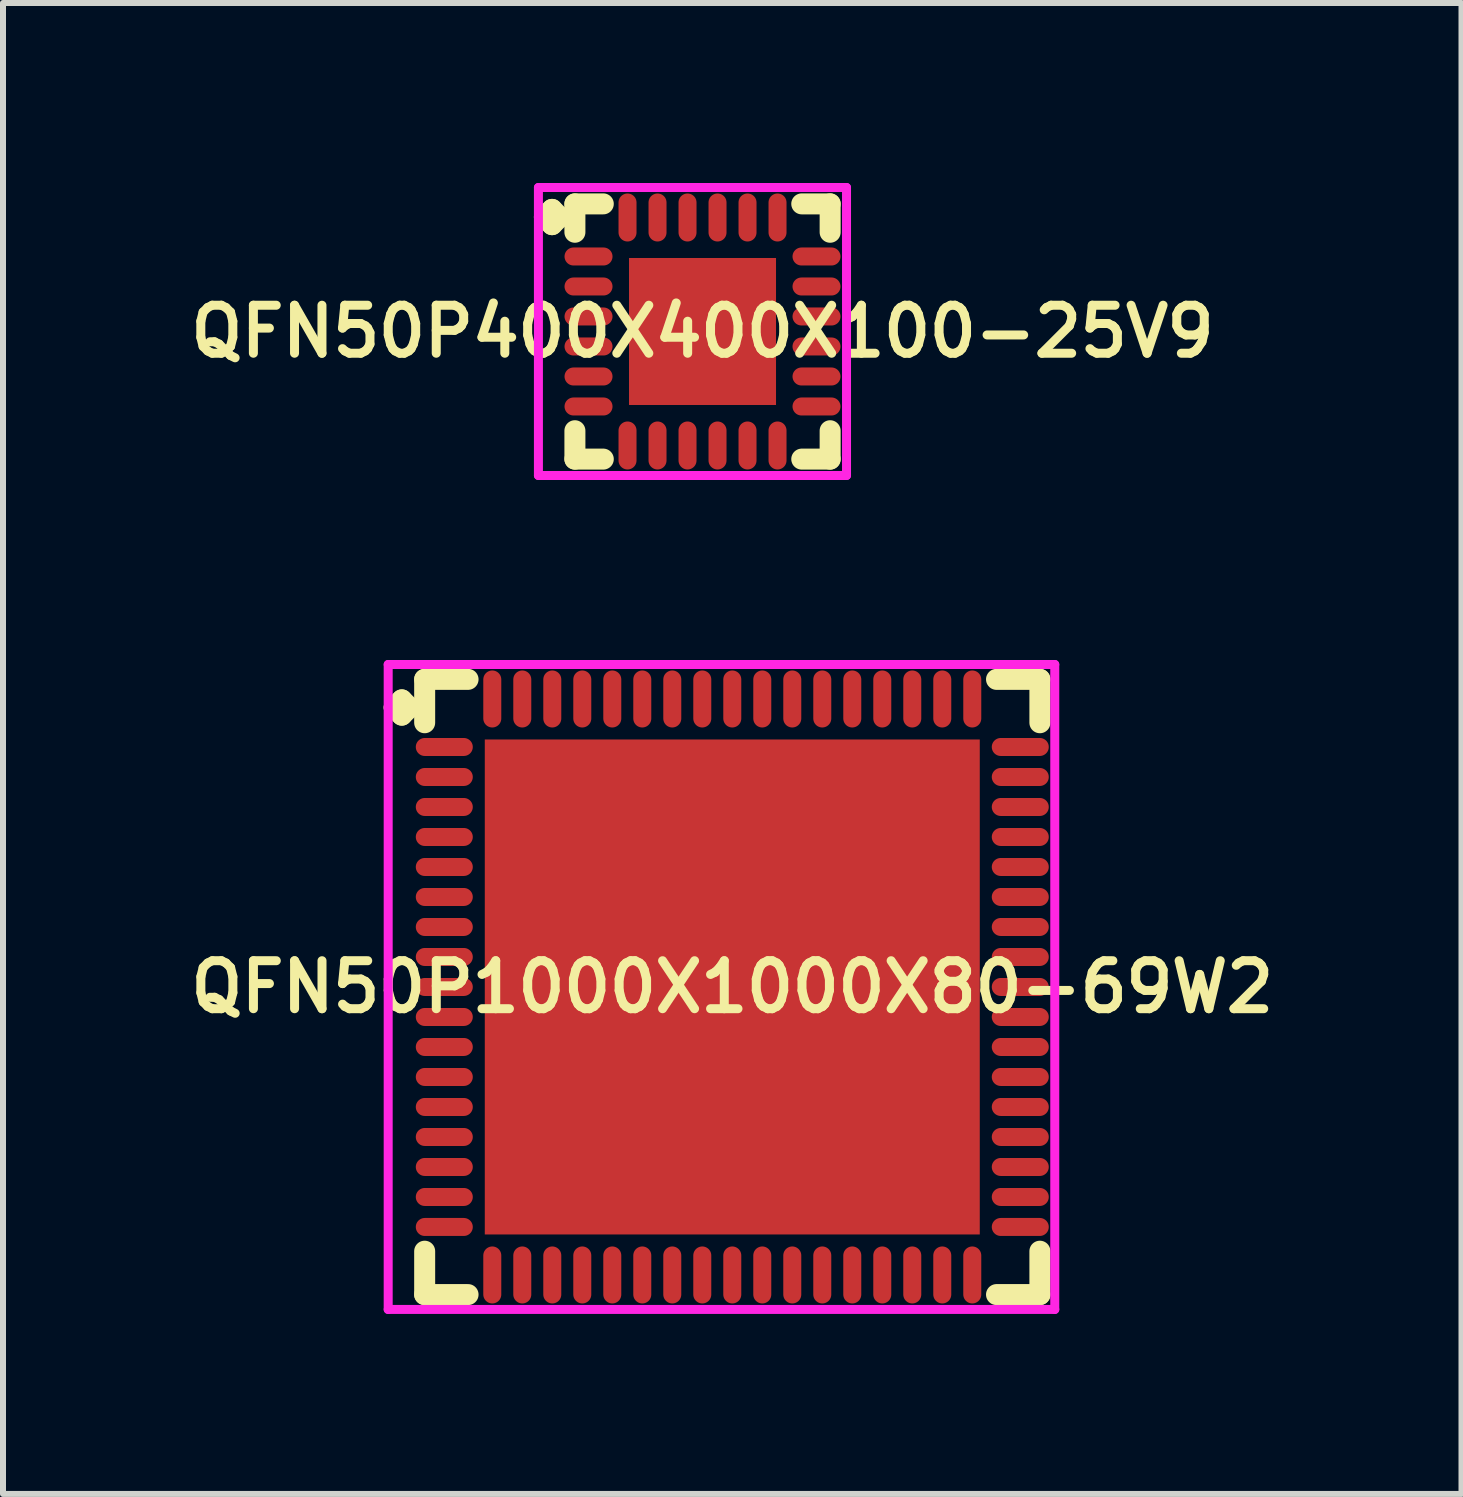
<source format=kicad_pcb>
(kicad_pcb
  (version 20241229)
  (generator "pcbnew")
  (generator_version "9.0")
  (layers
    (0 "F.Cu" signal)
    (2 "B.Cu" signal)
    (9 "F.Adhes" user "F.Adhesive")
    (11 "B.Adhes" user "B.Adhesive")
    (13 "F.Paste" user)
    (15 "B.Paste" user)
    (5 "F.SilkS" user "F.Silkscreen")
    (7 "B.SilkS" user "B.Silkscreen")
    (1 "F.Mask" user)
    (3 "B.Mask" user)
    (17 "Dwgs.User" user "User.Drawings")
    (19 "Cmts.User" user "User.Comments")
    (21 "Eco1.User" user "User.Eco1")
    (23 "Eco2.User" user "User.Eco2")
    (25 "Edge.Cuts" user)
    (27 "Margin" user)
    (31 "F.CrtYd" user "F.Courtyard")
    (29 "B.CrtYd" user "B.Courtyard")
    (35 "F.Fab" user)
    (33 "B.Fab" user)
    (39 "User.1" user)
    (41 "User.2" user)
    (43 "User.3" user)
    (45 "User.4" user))
  (footprint "QFN50P1000X1000X80-69W2"
    (layer "F.Cu")
    (at 9.155 13.4)
    (property "Reference" "QFN50P1000X1000X80-69W2" (at 0 0 0) (layer "F.SilkS") (effects (font (size 0.8 0.8) (thickness 0.15))))
    (attr through_hole)
    (fp_line (start -5.635 -4.658) (end -5.508 -4.785) (stroke (width 0.35) (type solid)) (layer "F.SilkS"))
    (fp_line (start -5.508 -4.785) (end -5.381 -4.658) (stroke (width 0.35) (type solid)) (layer "F.SilkS"))
    (fp_line (start -5.508 -4.531) (end -5.635 -4.658) (stroke (width 0.35) (type solid)) (layer "F.SilkS"))
    (fp_line (start -5.381 -4.658) (end -5.508 -4.531) (stroke (width 0.35) (type solid)) (layer "F.SilkS"))
    (fp_line (start -5.127 -5.127) (end -4.404 -5.127) (stroke (width 0.35) (type solid)) (layer "F.SilkS"))
    (fp_line (start -5.127 -4.404) (end -5.127 -5.127) (stroke (width 0.35) (type solid)) (layer "F.SilkS"))
    (fp_line (start -5.127 4.404) (end -5.127 5.127) (stroke (width 0.35) (type solid)) (layer "F.SilkS"))
    (fp_line (start -5.127 5.127) (end -4.404 5.127) (stroke (width 0.35) (type solid)) (layer "F.SilkS"))
    (fp_line (start 4.404 -5.127) (end 5.127 -5.127) (stroke (width 0.35) (type solid)) (layer "F.SilkS"))
    (fp_line (start 4.404 5.127) (end 5.127 5.127) (stroke (width 0.35) (type solid)) (layer "F.SilkS"))
    (fp_line (start 5.127 -5.127) (end 5.127 -4.404) (stroke (width 0.35) (type solid)) (layer "F.SilkS"))
    (fp_line (start 5.127 5.127) (end 5.127 4.404) (stroke (width 0.35) (type solid)) (layer "F.SilkS"))
    (fp_line (start -5.735 -5.375) (end 5.375 -5.375) (stroke (width 0.15) (type solid)) (layer "F.CrtYd"))
    (fp_line (start -5.735 5.375) (end -5.735 -5.375) (stroke (width 0.15) (type solid)) (layer "F.CrtYd"))
    (fp_line (start 5.375 -5.375) (end 5.375 5.375) (stroke (width 0.15) (type solid)) (layer "F.CrtYd"))
    (fp_line (start 5.375 5.375) (end -5.735 5.375) (stroke (width 0.15) (type solid)) (layer "F.CrtYd"))
    (pad "1" smd oval (at -4.8 -4) (size 0.95 0.3) (layers "F.Cu" "F.Mask" "F.Paste"))
    (pad "2" smd oval (at -4.8 -3.5) (size 0.95 0.3) (layers "F.Cu" "F.Mask" "F.Paste"))
    (pad "3" smd oval (at -4.8 -3) (size 0.95 0.3) (layers "F.Cu" "F.Mask" "F.Paste"))
    (pad "4" smd oval (at -4.8 -2.5) (size 0.95 0.3) (layers "F.Cu" "F.Mask" "F.Paste"))
    (pad "5" smd oval (at -4.8 -2) (size 0.95 0.3) (layers "F.Cu" "F.Mask" "F.Paste"))
    (pad "6" smd oval (at -4.8 -1.5) (size 0.95 0.3) (layers "F.Cu" "F.Mask" "F.Paste"))
    (pad "7" smd oval (at -4.8 -1) (size 0.95 0.3) (layers "F.Cu" "F.Mask" "F.Paste"))
    (pad "8" smd oval (at -4.8 -0.5) (size 0.95 0.3) (layers "F.Cu" "F.Mask" "F.Paste"))
    (pad "9" smd oval (at -4.8 0) (size 0.95 0.3) (layers "F.Cu" "F.Mask" "F.Paste"))
    (pad "10" smd oval (at -4.8 0.5) (size 0.95 0.3) (layers "F.Cu" "F.Mask" "F.Paste"))
    (pad "11" smd oval (at -4.8 1) (size 0.95 0.3) (layers "F.Cu" "F.Mask" "F.Paste"))
    (pad "12" smd oval (at -4.8 1.5) (size 0.95 0.3) (layers "F.Cu" "F.Mask" "F.Paste"))
    (pad "13" smd oval (at -4.8 2) (size 0.95 0.3) (layers "F.Cu" "F.Mask" "F.Paste"))
    (pad "14" smd oval (at -4.8 2.5) (size 0.95 0.3) (layers "F.Cu" "F.Mask" "F.Paste"))
    (pad "15" smd oval (at -4.8 3) (size 0.95 0.3) (layers "F.Cu" "F.Mask" "F.Paste"))
    (pad "16" smd oval (at -4.8 3.5) (size 0.95 0.3) (layers "F.Cu" "F.Mask" "F.Paste"))
    (pad "17" smd oval (at -4.8 4) (size 0.95 0.3) (layers "F.Cu" "F.Mask" "F.Paste"))
    (pad "18" smd oval (at -4 4.8) (size 0.3 0.95) (layers "F.Cu" "F.Mask" "F.Paste"))
    (pad "19" smd oval (at -3.5 4.8) (size 0.3 0.95) (layers "F.Cu" "F.Mask" "F.Paste"))
    (pad "20" smd oval (at -3 4.8) (size 0.3 0.95) (layers "F.Cu" "F.Mask" "F.Paste"))
    (pad "21" smd oval (at -2.5 4.8) (size 0.3 0.95) (layers "F.Cu" "F.Mask" "F.Paste"))
    (pad "22" smd oval (at -2 4.8) (size 0.3 0.95) (layers "F.Cu" "F.Mask" "F.Paste"))
    (pad "23" smd oval (at -1.5 4.8) (size 0.3 0.95) (layers "F.Cu" "F.Mask" "F.Paste"))
    (pad "24" smd oval (at -1 4.8) (size 0.3 0.95) (layers "F.Cu" "F.Mask" "F.Paste"))
    (pad "25" smd oval (at -0.5 4.8) (size 0.3 0.95) (layers "F.Cu" "F.Mask" "F.Paste"))
    (pad "26" smd oval (at 0 4.8) (size 0.3 0.95) (layers "F.Cu" "F.Mask" "F.Paste"))
    (pad "27" smd oval (at 0.5 4.8) (size 0.3 0.95) (layers "F.Cu" "F.Mask" "F.Paste"))
    (pad "28" smd oval (at 1 4.8) (size 0.3 0.95) (layers "F.Cu" "F.Mask" "F.Paste"))
    (pad "29" smd oval (at 1.5 4.8) (size 0.3 0.95) (layers "F.Cu" "F.Mask" "F.Paste"))
    (pad "30" smd oval (at 2 4.8) (size 0.3 0.95) (layers "F.Cu" "F.Mask" "F.Paste"))
    (pad "31" smd oval (at 2.5 4.8) (size 0.3 0.95) (layers "F.Cu" "F.Mask" "F.Paste"))
    (pad "32" smd oval (at 3 4.8) (size 0.3 0.95) (layers "F.Cu" "F.Mask" "F.Paste"))
    (pad "33" smd oval (at 3.5 4.8) (size 0.3 0.95) (layers "F.Cu" "F.Mask" "F.Paste"))
    (pad "34" smd oval (at 4 4.8) (size 0.3 0.95) (layers "F.Cu" "F.Mask" "F.Paste"))
    (pad "35" smd oval (at 4.8 4) (size 0.95 0.3) (layers "F.Cu" "F.Mask" "F.Paste"))
    (pad "36" smd oval (at 4.8 3.5) (size 0.95 0.3) (layers "F.Cu" "F.Mask" "F.Paste"))
    (pad "37" smd oval (at 4.8 3) (size 0.95 0.3) (layers "F.Cu" "F.Mask" "F.Paste"))
    (pad "38" smd oval (at 4.8 2.5) (size 0.95 0.3) (layers "F.Cu" "F.Mask" "F.Paste"))
    (pad "39" smd oval (at 4.8 2) (size 0.95 0.3) (layers "F.Cu" "F.Mask" "F.Paste"))
    (pad "40" smd oval (at 4.8 1.5) (size 0.95 0.3) (layers "F.Cu" "F.Mask" "F.Paste"))
    (pad "41" smd oval (at 4.8 1) (size 0.95 0.3) (layers "F.Cu" "F.Mask" "F.Paste"))
    (pad "42" smd oval (at 4.8 0.5) (size 0.95 0.3) (layers "F.Cu" "F.Mask" "F.Paste"))
    (pad "43" smd oval (at 4.8 0) (size 0.95 0.3) (layers "F.Cu" "F.Mask" "F.Paste"))
    (pad "44" smd oval (at 4.8 -0.5) (size 0.95 0.3) (layers "F.Cu" "F.Mask" "F.Paste"))
    (pad "45" smd oval (at 4.8 -1) (size 0.95 0.3) (layers "F.Cu" "F.Mask" "F.Paste"))
    (pad "46" smd oval (at 4.8 -1.5) (size 0.95 0.3) (layers "F.Cu" "F.Mask" "F.Paste"))
    (pad "47" smd oval (at 4.8 -2) (size 0.95 0.3) (layers "F.Cu" "F.Mask" "F.Paste"))
    (pad "48" smd oval (at 4.8 -2.5) (size 0.95 0.3) (layers "F.Cu" "F.Mask" "F.Paste"))
    (pad "49" smd oval (at 4.8 -3) (size 0.95 0.3) (layers "F.Cu" "F.Mask" "F.Paste"))
    (pad "50" smd oval (at 4.8 -3.5) (size 0.95 0.3) (layers "F.Cu" "F.Mask" "F.Paste"))
    (pad "51" smd oval (at 4.8 -4) (size 0.95 0.3) (layers "F.Cu" "F.Mask" "F.Paste"))
    (pad "52" smd oval (at 4 -4.8) (size 0.3 0.95) (layers "F.Cu" "F.Mask" "F.Paste"))
    (pad "53" smd oval (at 3.5 -4.8) (size 0.3 0.95) (layers "F.Cu" "F.Mask" "F.Paste"))
    (pad "54" smd oval (at 3 -4.8) (size 0.3 0.95) (layers "F.Cu" "F.Mask" "F.Paste"))
    (pad "55" smd oval (at 2.5 -4.8) (size 0.3 0.95) (layers "F.Cu" "F.Mask" "F.Paste"))
    (pad "56" smd oval (at 2 -4.8) (size 0.3 0.95) (layers "F.Cu" "F.Mask" "F.Paste"))
    (pad "57" smd oval (at 1.5 -4.8) (size 0.3 0.95) (layers "F.Cu" "F.Mask" "F.Paste"))
    (pad "58" smd oval (at 1 -4.8) (size 0.3 0.95) (layers "F.Cu" "F.Mask" "F.Paste"))
    (pad "59" smd oval (at 0.5 -4.8) (size 0.3 0.95) (layers "F.Cu" "F.Mask" "F.Paste"))
    (pad "60" smd oval (at 0 -4.8) (size 0.3 0.95) (layers "F.Cu" "F.Mask" "F.Paste"))
    (pad "61" smd oval (at -0.5 -4.8) (size 0.3 0.95) (layers "F.Cu" "F.Mask" "F.Paste"))
    (pad "62" smd oval (at -1 -4.8) (size 0.3 0.95) (layers "F.Cu" "F.Mask" "F.Paste"))
    (pad "63" smd oval (at -1.5 -4.8) (size 0.3 0.95) (layers "F.Cu" "F.Mask" "F.Paste"))
    (pad "64" smd oval (at -2 -4.8) (size 0.3 0.95) (layers "F.Cu" "F.Mask" "F.Paste"))
    (pad "65" smd oval (at -2.5 -4.8) (size 0.3 0.95) (layers "F.Cu" "F.Mask" "F.Paste"))
    (pad "66" smd oval (at -3 -4.8) (size 0.3 0.95) (layers "F.Cu" "F.Mask" "F.Paste"))
    (pad "67" smd oval (at -3.5 -4.8) (size 0.3 0.95) (layers "F.Cu" "F.Mask" "F.Paste"))
    (pad "68" smd oval (at -4 -4.8) (size 0.3 0.95) (layers "F.Cu" "F.Mask" "F.Paste"))
    (pad "69" smd rect (at 0 0) (size 8.25 8.25) (layers "F.Cu" "F.Mask" "F.Paste")))
  (footprint "QFN50P400X400X100-25V9"
    (layer "F.Cu")
    (at 8.659 2.475)
    (property "Reference" "QFN50P400X400X100-25V9" (at 0 0 0) (layer "F.SilkS") (effects (font (size 0.8 0.8) (thickness 0.15))))
    (attr smd)
    (fp_line (start -2.635 -1.908) (end -2.508 -2.035) (stroke (width 0.35) (type solid)) (layer "F.SilkS"))
    (fp_line (start -2.508 -2.035) (end -2.381 -1.908) (stroke (width 0.35) (type solid)) (layer "F.SilkS"))
    (fp_line (start -2.508 -1.781) (end -2.635 -1.908) (stroke (width 0.35) (type solid)) (layer "F.SilkS"))
    (fp_line (start -2.381 -1.908) (end -2.508 -1.781) (stroke (width 0.35) (type solid)) (layer "F.SilkS"))
    (fp_line (start -2.127 -2.127) (end -1.654 -2.127) (stroke (width 0.35) (type solid)) (layer "F.SilkS"))
    (fp_line (start -2.127 -1.654) (end -2.127 -2.127) (stroke (width 0.35) (type solid)) (layer "F.SilkS"))
    (fp_line (start -2.127 1.654) (end -2.127 2.127) (stroke (width 0.35) (type solid)) (layer "F.SilkS"))
    (fp_line (start -2.127 2.127) (end -1.654 2.127) (stroke (width 0.35) (type solid)) (layer "F.SilkS"))
    (fp_line (start 1.654 -2.127) (end 2.127 -2.127) (stroke (width 0.35) (type solid)) (layer "F.SilkS"))
    (fp_line (start 1.654 2.127) (end 2.127 2.127) (stroke (width 0.35) (type solid)) (layer "F.SilkS"))
    (fp_line (start 2.127 -2.127) (end 2.127 -1.654) (stroke (width 0.35) (type solid)) (layer "F.SilkS"))
    (fp_line (start 2.127 2.127) (end 2.127 1.654) (stroke (width 0.35) (type solid)) (layer "F.SilkS"))
    (fp_line (start -2.735 -2.4) (end 2.4 -2.4) (stroke (width 0.15) (type solid)) (layer "F.CrtYd"))
    (fp_line (start -2.735 2.4) (end -2.735 -2.4) (stroke (width 0.15) (type solid)) (layer "F.CrtYd"))
    (fp_line (start 2.4 -2.4) (end 2.4 2.4) (stroke (width 0.15) (type solid)) (layer "F.CrtYd"))
    (fp_line (start 2.4 2.4) (end -2.735 2.4) (stroke (width 0.15) (type solid)) (layer "F.CrtYd"))
    (pad "1" smd oval (at -1.9 -1.25) (size 0.8 0.3) (layers "F.Cu" "F.Mask" "F.Paste"))
    (pad "2" smd oval (at -1.9 -0.75) (size 0.8 0.3) (layers "F.Cu" "F.Mask" "F.Paste"))
    (pad "3" smd oval (at -1.9 -0.25) (size 0.8 0.3) (layers "F.Cu" "F.Mask" "F.Paste"))
    (pad "4" smd oval (at -1.9 0.25) (size 0.8 0.3) (layers "F.Cu" "F.Mask" "F.Paste"))
    (pad "5" smd oval (at -1.9 0.75) (size 0.8 0.3) (layers "F.Cu" "F.Mask" "F.Paste"))
    (pad "6" smd oval (at -1.9 1.25) (size 0.8 0.3) (layers "F.Cu" "F.Mask" "F.Paste"))
    (pad "7" smd oval (at -1.25 1.9) (size 0.3 0.8) (layers "F.Cu" "F.Mask" "F.Paste"))
    (pad "8" smd oval (at -0.75 1.9) (size 0.3 0.8) (layers "F.Cu" "F.Mask" "F.Paste"))
    (pad "9" smd oval (at -0.25 1.9) (size 0.3 0.8) (layers "F.Cu" "F.Mask" "F.Paste"))
    (pad "10" smd oval (at 0.25 1.9) (size 0.3 0.8) (layers "F.Cu" "F.Mask" "F.Paste"))
    (pad "11" smd oval (at 0.75 1.9) (size 0.3 0.8) (layers "F.Cu" "F.Mask" "F.Paste"))
    (pad "12" smd oval (at 1.25 1.9) (size 0.3 0.8) (layers "F.Cu" "F.Mask" "F.Paste"))
    (pad "13" smd oval (at 1.9 1.25) (size 0.8 0.3) (layers "F.Cu" "F.Mask" "F.Paste"))
    (pad "14" smd oval (at 1.9 0.75) (size 0.8 0.3) (layers "F.Cu" "F.Mask" "F.Paste"))
    (pad "15" smd oval (at 1.9 0.25) (size 0.8 0.3) (layers "F.Cu" "F.Mask" "F.Paste"))
    (pad "16" smd oval (at 1.9 -0.25) (size 0.8 0.3) (layers "F.Cu" "F.Mask" "F.Paste"))
    (pad "17" smd oval (at 1.9 -0.75) (size 0.8 0.3) (layers "F.Cu" "F.Mask" "F.Paste"))
    (pad "18" smd oval (at 1.9 -1.25) (size 0.8 0.3) (layers "F.Cu" "F.Mask" "F.Paste"))
    (pad "19" smd oval (at 1.25 -1.9) (size 0.3 0.8) (layers "F.Cu" "F.Mask" "F.Paste"))
    (pad "20" smd oval (at 0.75 -1.9) (size 0.3 0.8) (layers "F.Cu" "F.Mask" "F.Paste"))
    (pad "21" smd oval (at 0.25 -1.9) (size 0.3 0.8) (layers "F.Cu" "F.Mask" "F.Paste"))
    (pad "22" smd oval (at -0.25 -1.9) (size 0.3 0.8) (layers "F.Cu" "F.Mask" "F.Paste"))
    (pad "23" smd oval (at -0.75 -1.9) (size 0.3 0.8) (layers "F.Cu" "F.Mask" "F.Paste"))
    (pad "24" smd oval (at -1.25 -1.9) (size 0.3 0.8) (layers "F.Cu" "F.Mask" "F.Paste"))
    (pad "25" smd rect (at 0 0) (size 2.45 2.45) (layers "F.Cu" "F.Mask" "F.Paste")))
  (gr_rect
    (start -3 -3)
    (end 21.309 21.85)
    (stroke (width 0.1) (type default))
    (fill no)
    (layer "Edge.Cuts")))
</source>
